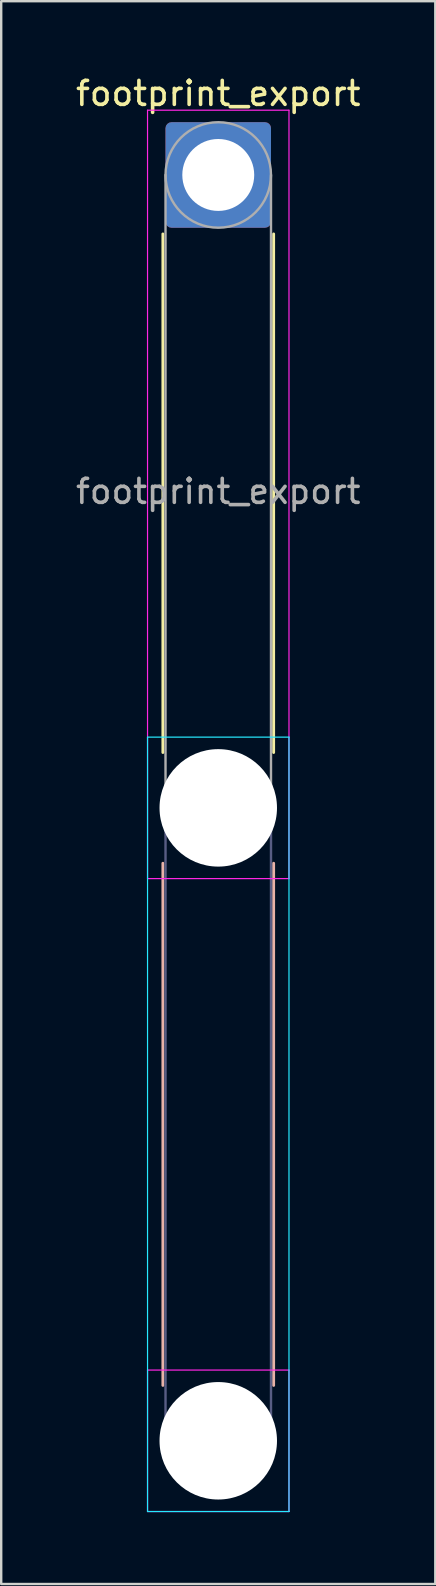
<source format=kicad_pcb>
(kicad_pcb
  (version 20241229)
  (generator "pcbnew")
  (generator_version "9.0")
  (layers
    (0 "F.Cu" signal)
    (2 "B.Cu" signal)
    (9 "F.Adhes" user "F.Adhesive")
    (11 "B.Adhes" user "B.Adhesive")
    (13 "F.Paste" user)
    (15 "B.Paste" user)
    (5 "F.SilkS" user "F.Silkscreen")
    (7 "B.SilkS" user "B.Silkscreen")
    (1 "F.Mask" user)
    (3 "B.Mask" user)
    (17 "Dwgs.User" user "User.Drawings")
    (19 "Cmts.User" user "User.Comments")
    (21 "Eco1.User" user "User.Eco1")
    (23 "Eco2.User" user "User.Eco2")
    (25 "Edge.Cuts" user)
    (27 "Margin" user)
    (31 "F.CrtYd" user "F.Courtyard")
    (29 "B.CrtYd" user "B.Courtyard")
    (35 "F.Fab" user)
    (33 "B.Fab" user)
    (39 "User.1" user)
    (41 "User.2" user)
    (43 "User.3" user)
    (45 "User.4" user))
  (footprint "footprint_export"
    (layer "F.Cu")
    (at 6.054 4.248)
    (property "Reference" "footprint_export" (at 0 -3.4 0) (layer "F.SilkS") (effects (font (size 1 1) (thickness 0.15))))
    (attr exclude_from_pos_files exclude_from_bom)
    (fp_line (start -2.31 2.46) (end -2.31 24.09) (stroke (width 0.12) (type solid)) (layer "F.SilkS"))
    (fp_line (start 2.31 2.46) (end 2.31 24.09) (stroke (width 0.12) (type solid)) (layer "F.SilkS"))
    (fp_line (start -2.31 28.71) (end -2.31 50.49) (stroke (width 0.12) (type solid)) (layer "B.SilkS"))
    (fp_line (start 2.31 28.71) (end 2.31 50.49) (stroke (width 0.12) (type solid)) (layer "B.SilkS"))
    (fp_line (start -2.95 23.45) (end -2.95 55.75) (stroke (width 0.05) (type solid)) (layer "B.CrtYd"))
    (fp_line (start -2.95 55.75) (end 2.95 55.75) (stroke (width 0.05) (type solid)) (layer "B.CrtYd"))
    (fp_line (start 2.95 23.45) (end -2.95 23.45) (stroke (width 0.05) (type solid)) (layer "B.CrtYd"))
    (fp_line (start 2.95 55.75) (end 2.95 23.45) (stroke (width 0.05) (type solid)) (layer "B.CrtYd"))
    (fp_line (start -2.95 -2.7) (end -2.95 29.35) (stroke (width 0.05) (type solid)) (layer "F.CrtYd"))
    (fp_line (start -2.95 29.35) (end 2.95 29.35) (stroke (width 0.05) (type solid)) (layer "F.CrtYd"))
    (fp_line (start -2.95 49.85) (end -2.95 55.75) (stroke (width 0.05) (type solid)) (layer "F.CrtYd"))
    (fp_line (start -2.95 55.75) (end 2.95 55.75) (stroke (width 0.05) (type solid)) (layer "F.CrtYd"))
    (fp_line (start 2.95 -2.7) (end -2.95 -2.7) (stroke (width 0.05) (type solid)) (layer "F.CrtYd"))
    (fp_line (start 2.95 29.35) (end 2.95 -2.7) (stroke (width 0.05) (type solid)) (layer "F.CrtYd"))
    (fp_line (start 2.95 49.85) (end -2.95 49.85) (stroke (width 0.05) (type solid)) (layer "F.CrtYd"))
    (fp_line (start 2.95 55.75) (end 2.95 49.85) (stroke (width 0.05) (type solid)) (layer "F.CrtYd"))
    (fp_line (start -2.2 26.4) (end -2.2 52.8) (stroke (width 0.1) (type solid)) (layer "B.Fab"))
    (fp_line (start 2.2 26.4) (end 2.2 52.8) (stroke (width 0.1) (type solid)) (layer "B.Fab"))
    (fp_circle (center 0 26.4) (end 2.2 26.4) (stroke (width 0.1) (type solid)) (fill no) (layer "B.Fab"))
    (fp_circle (center 0 52.8) (end 2.2 52.8) (stroke (width 0.1) (type solid)) (fill no) (layer "B.Fab"))
    (fp_line (start -2.2 0) (end -2.2 26.4) (stroke (width 0.1) (type solid)) (layer "F.Fab"))
    (fp_line (start 2.2 0) (end 2.2 26.4) (stroke (width 0.1) (type solid)) (layer "F.Fab"))
    (fp_circle (center 0 0) (end 2.2 0) (stroke (width 0.1) (type solid)) (fill no) (layer "F.Fab"))
    (fp_circle (center 0 26.4) (end 2.2 26.4) (stroke (width 0.1) (type solid)) (fill no) (layer "F.Fab"))
    (fp_circle (center 0 52.8) (end 2.2 52.8) (stroke (width 0.1) (type solid)) (fill no) (layer "F.Fab"))
    (fp_text user "${REFERENCE}" (at 0 13.2 0) (layer "F.Fab") (effects (font (size 1 1) (thickness 0.15))))
    (pad "" np_thru_hole circle (at 0 26.4) (size 4.9 4.9) (drill 4.9) (layers "*.Cu" "*.Mask"))
    (pad "" np_thru_hole circle (at 0 52.8) (size 4.9 4.9) (drill 4.9) (layers "*.Cu" "*.Mask"))
    (pad "1" thru_hole roundrect (at 0 0) (size 4.4 4.4) (drill 3) (layers "*.Cu" "*.Mask") (roundrect_rratio 0.057)))
  (gr_rect
    (start -3 -3)
    (end 15.107 63.023)
    (stroke (width 0.1) (type default))
    (fill no)
    (layer "Edge.Cuts")))
</source>
